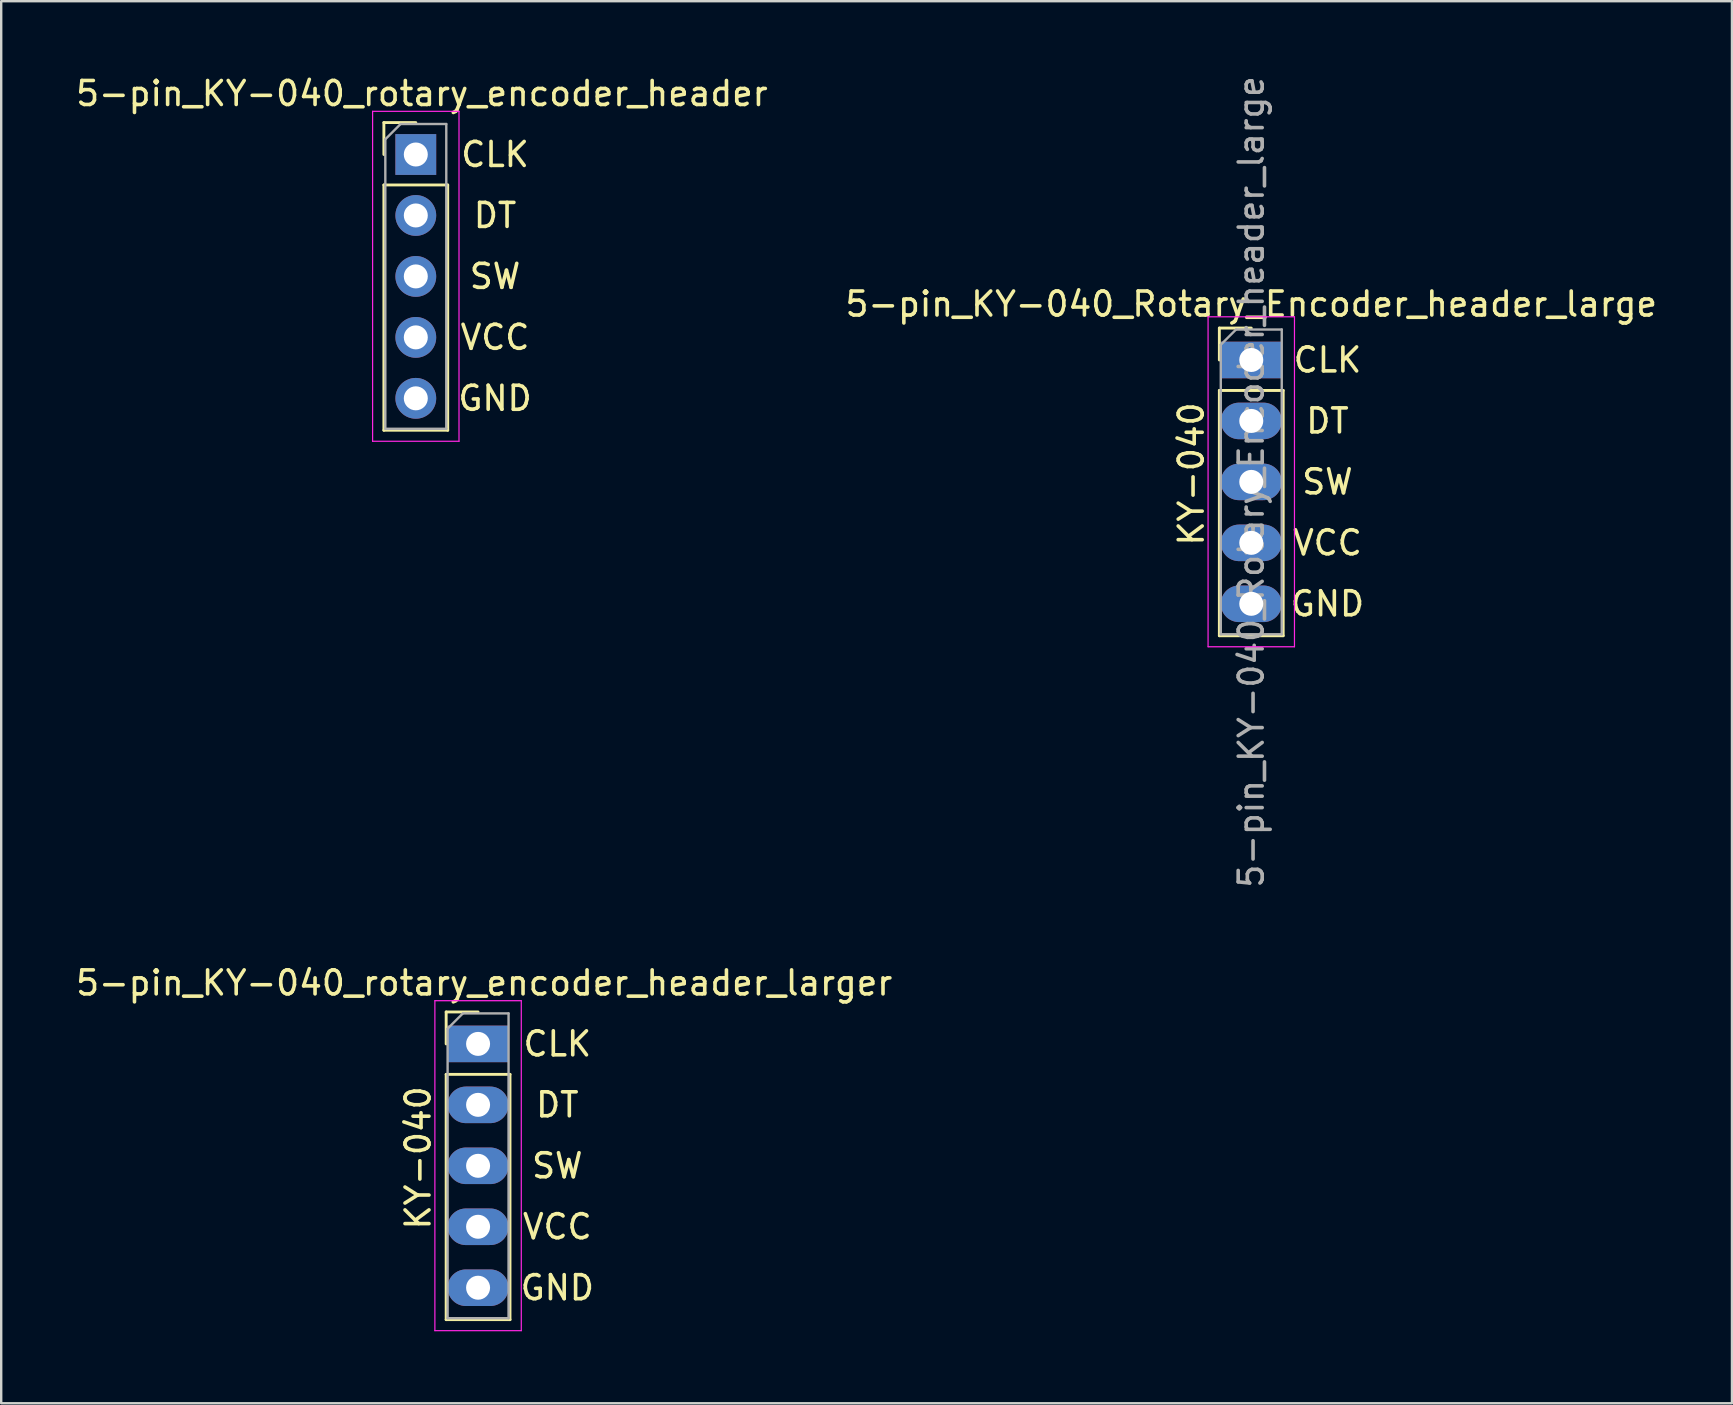
<source format=kicad_pcb>
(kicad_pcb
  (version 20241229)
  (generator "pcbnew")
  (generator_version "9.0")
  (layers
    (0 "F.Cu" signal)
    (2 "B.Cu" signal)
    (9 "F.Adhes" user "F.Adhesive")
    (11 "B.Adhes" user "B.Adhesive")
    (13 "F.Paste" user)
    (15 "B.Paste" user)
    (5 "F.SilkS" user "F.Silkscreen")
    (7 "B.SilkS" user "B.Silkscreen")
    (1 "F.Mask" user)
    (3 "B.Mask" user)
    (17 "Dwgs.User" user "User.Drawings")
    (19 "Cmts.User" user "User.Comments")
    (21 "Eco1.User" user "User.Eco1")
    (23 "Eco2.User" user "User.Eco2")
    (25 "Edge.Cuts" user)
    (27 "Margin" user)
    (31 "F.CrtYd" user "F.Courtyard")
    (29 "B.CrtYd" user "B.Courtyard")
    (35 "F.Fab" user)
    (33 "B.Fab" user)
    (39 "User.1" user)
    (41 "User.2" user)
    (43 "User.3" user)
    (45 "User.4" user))
  (footprint "5-pin_KY-040_rotary_encoder_header_larger"
    (layer "F.Cu")
    (at 16.871 40.448)
    (property "Reference" "5-pin_KY-040_rotary_encoder_header_larger" (at 0.254 -2.54 0) (layer "F.SilkS") (effects (font (size 1 1) (thickness 0.15))))
    (attr through_hole)
    (fp_line (start -1.33 -1.33) (end 0 -1.33) (stroke (width 0.12) (type solid)) (layer "F.SilkS"))
    (fp_line (start -1.33 0) (end -1.33 -1.33) (stroke (width 0.12) (type solid)) (layer "F.SilkS"))
    (fp_line (start -1.33 1.27) (end -1.33 11.49) (stroke (width 0.12) (type solid)) (layer "F.SilkS"))
    (fp_line (start -1.33 1.27) (end 1.33 1.27) (stroke (width 0.12) (type solid)) (layer "F.SilkS"))
    (fp_line (start -1.33 11.49) (end 1.33 11.49) (stroke (width 0.12) (type solid)) (layer "F.SilkS"))
    (fp_line (start 1.33 1.27) (end 1.33 11.49) (stroke (width 0.12) (type solid)) (layer "F.SilkS"))
    (fp_line (start -1.8 -1.8) (end -1.8 11.95) (stroke (width 0.05) (type solid)) (layer "F.CrtYd"))
    (fp_line (start -1.8 11.95) (end 1.8 11.95) (stroke (width 0.05) (type solid)) (layer "F.CrtYd"))
    (fp_line (start 1.8 -1.8) (end -1.8 -1.8) (stroke (width 0.05) (type solid)) (layer "F.CrtYd"))
    (fp_line (start 1.8 11.95) (end 1.8 -1.8) (stroke (width 0.05) (type solid)) (layer "F.CrtYd"))
    (fp_line (start -1.27 -0.635) (end -0.635 -1.27) (stroke (width 0.1) (type solid)) (layer "F.Fab"))
    (fp_line (start -1.27 11.43) (end -1.27 -0.635) (stroke (width 0.1) (type solid)) (layer "F.Fab"))
    (fp_line (start -0.635 -1.27) (end 1.27 -1.27) (stroke (width 0.1) (type solid)) (layer "F.Fab"))
    (fp_line (start 1.27 -1.27) (end 1.27 11.43) (stroke (width 0.1) (type solid)) (layer "F.Fab"))
    (fp_line (start 1.27 11.43) (end -1.27 11.43) (stroke (width 0.1) (type solid)) (layer "F.Fab"))
    (fp_text user "SW" (at 3.302 5.08 0) (layer "F.SilkS") (effects (font (size 1 1) (thickness 0.15))))
    (fp_text user "VCC" (at 3.302 7.62 0) (layer "F.SilkS") (effects (font (size 1 1) (thickness 0.15))))
    (fp_text user "DT" (at 3.302 2.54 0) (layer "F.SilkS") (effects (font (size 1 1) (thickness 0.15))))
    (fp_text user "GND" (at 3.302 10.16 0) (layer "F.SilkS") (effects (font (size 1 1) (thickness 0.15))))
    (fp_text user "CLK" (at 3.302 0 0) (layer "F.SilkS") (effects (font (size 1 1) (thickness 0.15))))
    (fp_text user "KY-040" (at -2.5 4.75 90) (layer "F.SilkS") (effects (font (size 1 1) (thickness 0.15))))
    (pad "1" thru_hole rect (at 0 0) (size 2.54 1.524) (drill 1) (layers "*.Cu" "*.Mask"))
    (pad "2" thru_hole oval (at 0 2.54) (size 2.54 1.524) (drill 1) (layers "*.Cu" "*.Mask"))
    (pad "3" thru_hole oval (at 0 5.08) (size 2.54 1.524) (drill 1) (layers "*.Cu" "*.Mask"))
    (pad "4" thru_hole oval (at 0 7.62) (size 2.54 1.524) (drill 1) (layers "*.Cu" "*.Mask"))
    (pad "5" thru_hole oval (at 0 10.16) (size 2.54 1.524) (drill 1) (layers "*.Cu" "*.Mask")))
  (footprint "5-pin_KY-040_rotary_encoder_header"
    (layer "F.Cu")
    (at 14.276 3.388)
    (property "Reference" "5-pin_KY-040_rotary_encoder_header" (at 0.254 -2.54 0) (layer "F.SilkS") (effects (font (size 1 1) (thickness 0.15))))
    (attr through_hole)
    (fp_line (start -1.33 -1.33) (end 0 -1.33) (stroke (width 0.12) (type solid)) (layer "F.SilkS"))
    (fp_line (start -1.33 0) (end -1.33 -1.33) (stroke (width 0.12) (type solid)) (layer "F.SilkS"))
    (fp_line (start -1.33 1.27) (end -1.33 11.49) (stroke (width 0.12) (type solid)) (layer "F.SilkS"))
    (fp_line (start -1.33 1.27) (end 1.33 1.27) (stroke (width 0.12) (type solid)) (layer "F.SilkS"))
    (fp_line (start -1.33 11.49) (end 1.33 11.49) (stroke (width 0.12) (type solid)) (layer "F.SilkS"))
    (fp_line (start 1.33 1.27) (end 1.33 11.49) (stroke (width 0.12) (type solid)) (layer "F.SilkS"))
    (fp_line (start -1.8 -1.8) (end -1.8 11.95) (stroke (width 0.05) (type solid)) (layer "F.CrtYd"))
    (fp_line (start -1.8 11.95) (end 1.8 11.95) (stroke (width 0.05) (type solid)) (layer "F.CrtYd"))
    (fp_line (start 1.8 -1.8) (end -1.8 -1.8) (stroke (width 0.05) (type solid)) (layer "F.CrtYd"))
    (fp_line (start 1.8 11.95) (end 1.8 -1.8) (stroke (width 0.05) (type solid)) (layer "F.CrtYd"))
    (fp_line (start -1.27 -0.635) (end -0.635 -1.27) (stroke (width 0.1) (type solid)) (layer "F.Fab"))
    (fp_line (start -1.27 11.43) (end -1.27 -0.635) (stroke (width 0.1) (type solid)) (layer "F.Fab"))
    (fp_line (start -0.635 -1.27) (end 1.27 -1.27) (stroke (width 0.1) (type solid)) (layer "F.Fab"))
    (fp_line (start 1.27 -1.27) (end 1.27 11.43) (stroke (width 0.1) (type solid)) (layer "F.Fab"))
    (fp_line (start 1.27 11.43) (end -1.27 11.43) (stroke (width 0.1) (type solid)) (layer "F.Fab"))
    (fp_text user "DT" (at 3.302 2.54 0) (layer "F.SilkS") (effects (font (size 1 1) (thickness 0.15))))
    (fp_text user "SW" (at 3.302 5.08 0) (layer "F.SilkS") (effects (font (size 1 1) (thickness 0.15))))
    (fp_text user "CLK" (at 3.302 0 0) (layer "F.SilkS") (effects (font (size 1 1) (thickness 0.15))))
    (fp_text user "GND" (at 3.302 10.16 0) (layer "F.SilkS") (effects (font (size 1 1) (thickness 0.15))))
    (fp_text user "VCC" (at 3.302 7.62 0) (layer "F.SilkS") (effects (font (size 1 1) (thickness 0.15))))
    (pad "1" thru_hole rect (at 0 0) (size 1.7 1.7) (drill 1) (layers "*.Cu" "*.Mask"))
    (pad "2" thru_hole oval (at 0 2.54) (size 1.7 1.7) (drill 1) (layers "*.Cu" "*.Mask"))
    (pad "3" thru_hole oval (at 0 5.08) (size 1.7 1.7) (drill 1) (layers "*.Cu" "*.Mask"))
    (pad "4" thru_hole oval (at 0 7.62) (size 1.7 1.7) (drill 1) (layers "*.Cu" "*.Mask"))
    (pad "5" thru_hole oval (at 0 10.16) (size 1.7 1.7) (drill 1) (layers "*.Cu" "*.Mask")))
  (footprint "5-pin_KY-040_Rotary_Encoder_header_large"
    (layer "F.Cu")
    (at 49.089 11.95)
    (property "Reference" "5-pin_KY-040_Rotary_Encoder_header_large" (at 0 -2.33 0) (layer "F.SilkS") (effects (font (size 1 1) (thickness 0.15))))
    (attr through_hole)
    (fp_line (start -1.33 -1.33) (end 0 -1.33) (stroke (width 0.12) (type solid)) (layer "F.SilkS"))
    (fp_line (start -1.33 0) (end -1.33 -1.33) (stroke (width 0.12) (type solid)) (layer "F.SilkS"))
    (fp_line (start -1.33 1.27) (end -1.33 11.49) (stroke (width 0.12) (type solid)) (layer "F.SilkS"))
    (fp_line (start -1.33 1.27) (end 1.33 1.27) (stroke (width 0.12) (type solid)) (layer "F.SilkS"))
    (fp_line (start -1.33 11.49) (end 1.33 11.49) (stroke (width 0.12) (type solid)) (layer "F.SilkS"))
    (fp_line (start 1.33 1.27) (end 1.33 11.49) (stroke (width 0.12) (type solid)) (layer "F.SilkS"))
    (fp_line (start -1.8 -1.8) (end -1.8 11.95) (stroke (width 0.05) (type solid)) (layer "F.CrtYd"))
    (fp_line (start -1.8 11.95) (end 1.8 11.95) (stroke (width 0.05) (type solid)) (layer "F.CrtYd"))
    (fp_line (start 1.8 -1.8) (end -1.8 -1.8) (stroke (width 0.05) (type solid)) (layer "F.CrtYd"))
    (fp_line (start 1.8 11.95) (end 1.8 -1.8) (stroke (width 0.05) (type solid)) (layer "F.CrtYd"))
    (fp_line (start -1.27 -0.635) (end -0.635 -1.27) (stroke (width 0.1) (type solid)) (layer "F.Fab"))
    (fp_line (start -1.27 11.43) (end -1.27 -0.635) (stroke (width 0.1) (type solid)) (layer "F.Fab"))
    (fp_line (start -0.635 -1.27) (end 1.27 -1.27) (stroke (width 0.1) (type solid)) (layer "F.Fab"))
    (fp_line (start 1.27 -1.27) (end 1.27 11.43) (stroke (width 0.1) (type solid)) (layer "F.Fab"))
    (fp_line (start 1.27 11.43) (end -1.27 11.43) (stroke (width 0.1) (type solid)) (layer "F.Fab"))
    (fp_text user "GND" (at 3.175 10.16 0) (layer "F.SilkS") (effects (font (size 1 1) (thickness 0.15))))
    (fp_text user "KY-040" (at -2.5 4.75 90) (layer "F.SilkS") (effects (font (size 1 1) (thickness 0.15))))
    (fp_text user "CLK" (at 3.175 0 0) (layer "F.SilkS") (effects (font (size 1 1) (thickness 0.15))))
    (fp_text user "SW" (at 3.175 5.08 0) (layer "F.SilkS") (effects (font (size 1 1) (thickness 0.15))))
    (fp_text user "VCC" (at 3.175 7.62 0) (layer "F.SilkS") (effects (font (size 1 1) (thickness 0.15))))
    (fp_text user "DT" (at 3.175 2.54 0) (layer "F.SilkS") (effects (font (size 1 1) (thickness 0.15))))
    (fp_text user "${REFERENCE}" (at 0 5.08 90) (layer "F.Fab") (effects (font (size 1 1) (thickness 0.15))))
    (pad "1" thru_hole rect (at 0 0) (size 2.54 1.524) (drill 1) (layers "*.Cu" "*.Mask"))
    (pad "2" thru_hole oval (at 0 2.54) (size 2.54 1.524) (drill 1) (layers "*.Cu" "*.Mask"))
    (pad "3" thru_hole oval (at 0 5.08) (size 2.54 1.524) (drill 1) (layers "*.Cu" "*.Mask"))
    (pad "4" thru_hole oval (at 0 7.62) (size 2.54 1.524) (drill 1) (layers "*.Cu" "*.Mask"))
    (pad "5" thru_hole oval (at 0 10.16) (size 2.54 1.524) (drill 1) (layers "*.Cu" "*.Mask")))
  (gr_rect
    (start -3 -3)
    (end 69.119 55.423)
    (stroke (width 0.1) (type default))
    (fill no)
    (layer "Edge.Cuts")))
</source>
